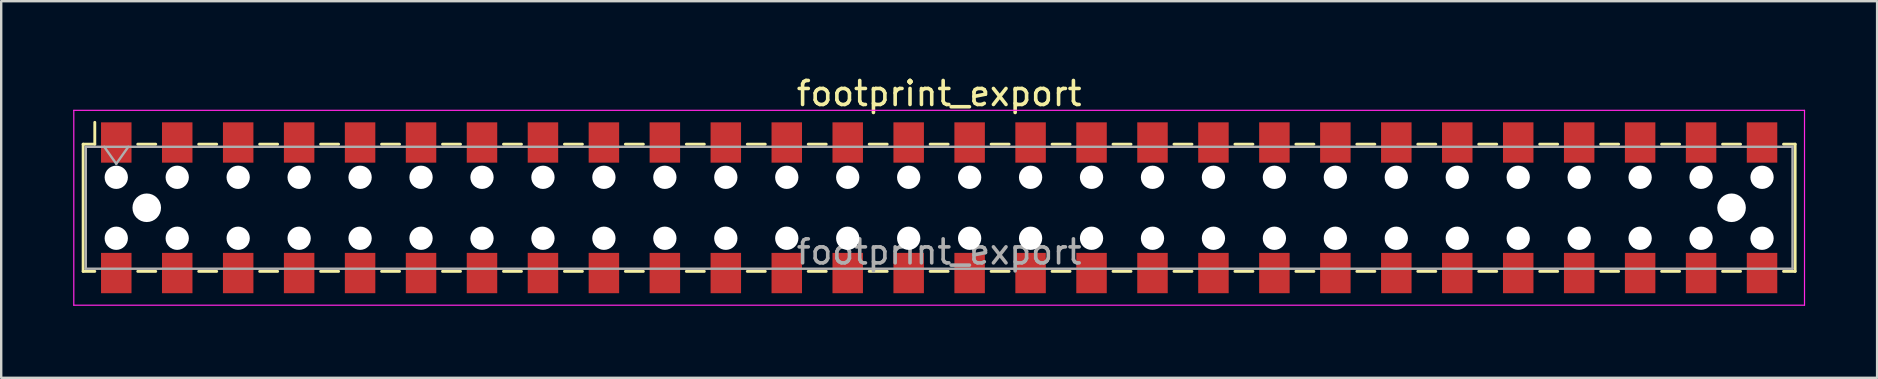
<source format=kicad_pcb>
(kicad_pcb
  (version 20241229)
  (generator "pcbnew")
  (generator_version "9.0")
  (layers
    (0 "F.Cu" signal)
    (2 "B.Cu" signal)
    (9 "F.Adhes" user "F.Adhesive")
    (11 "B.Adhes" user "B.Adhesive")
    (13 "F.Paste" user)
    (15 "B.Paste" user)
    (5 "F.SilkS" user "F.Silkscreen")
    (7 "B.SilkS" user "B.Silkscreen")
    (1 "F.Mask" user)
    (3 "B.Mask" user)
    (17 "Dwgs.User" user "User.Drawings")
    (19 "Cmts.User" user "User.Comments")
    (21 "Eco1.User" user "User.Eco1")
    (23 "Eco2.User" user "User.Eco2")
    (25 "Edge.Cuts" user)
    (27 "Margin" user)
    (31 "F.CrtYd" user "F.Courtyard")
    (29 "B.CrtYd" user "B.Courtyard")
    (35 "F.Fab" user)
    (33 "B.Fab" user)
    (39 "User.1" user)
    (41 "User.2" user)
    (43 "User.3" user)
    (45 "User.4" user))
  (footprint "footprint_export"
    (layer "F.Cu")
    (at 36.085 5.608)
    (property "Reference" "footprint_export" (at 0 -4.76 0) (layer "F.SilkS") (effects (font (size 1 1) (thickness 0.15))))
    (attr smd)
    (fp_line (start -35.67 -2.65) (end -35.67 2.65) (stroke (width 0.12) (type solid)) (layer "F.SilkS"))
    (fp_line (start -35.67 2.65) (end -35.185 2.65) (stroke (width 0.12) (type solid)) (layer "F.SilkS"))
    (fp_line (start -35.185 -3.56) (end -35.185 -2.65) (stroke (width 0.12) (type solid)) (layer "F.SilkS"))
    (fp_line (start -35.185 -2.65) (end -35.67 -2.65) (stroke (width 0.12) (type solid)) (layer "F.SilkS"))
    (fp_line (start -33.395 -2.65) (end -32.645 -2.65) (stroke (width 0.12) (type solid)) (layer "F.SilkS"))
    (fp_line (start -33.395 2.65) (end -32.645 2.65) (stroke (width 0.12) (type solid)) (layer "F.SilkS"))
    (fp_line (start -30.855 -2.65) (end -30.105 -2.65) (stroke (width 0.12) (type solid)) (layer "F.SilkS"))
    (fp_line (start -30.855 2.65) (end -30.105 2.65) (stroke (width 0.12) (type solid)) (layer "F.SilkS"))
    (fp_line (start -28.315 -2.65) (end -27.565 -2.65) (stroke (width 0.12) (type solid)) (layer "F.SilkS"))
    (fp_line (start -28.315 2.65) (end -27.565 2.65) (stroke (width 0.12) (type solid)) (layer "F.SilkS"))
    (fp_line (start -25.775 -2.65) (end -25.025 -2.65) (stroke (width 0.12) (type solid)) (layer "F.SilkS"))
    (fp_line (start -25.775 2.65) (end -25.025 2.65) (stroke (width 0.12) (type solid)) (layer "F.SilkS"))
    (fp_line (start -23.235 -2.65) (end -22.485 -2.65) (stroke (width 0.12) (type solid)) (layer "F.SilkS"))
    (fp_line (start -23.235 2.65) (end -22.485 2.65) (stroke (width 0.12) (type solid)) (layer "F.SilkS"))
    (fp_line (start -20.695 -2.65) (end -19.945 -2.65) (stroke (width 0.12) (type solid)) (layer "F.SilkS"))
    (fp_line (start -20.695 2.65) (end -19.945 2.65) (stroke (width 0.12) (type solid)) (layer "F.SilkS"))
    (fp_line (start -18.155 -2.65) (end -17.405 -2.65) (stroke (width 0.12) (type solid)) (layer "F.SilkS"))
    (fp_line (start -18.155 2.65) (end -17.405 2.65) (stroke (width 0.12) (type solid)) (layer "F.SilkS"))
    (fp_line (start -15.615 -2.65) (end -14.865 -2.65) (stroke (width 0.12) (type solid)) (layer "F.SilkS"))
    (fp_line (start -15.615 2.65) (end -14.865 2.65) (stroke (width 0.12) (type solid)) (layer "F.SilkS"))
    (fp_line (start -13.075 -2.65) (end -12.325 -2.65) (stroke (width 0.12) (type solid)) (layer "F.SilkS"))
    (fp_line (start -13.075 2.65) (end -12.325 2.65) (stroke (width 0.12) (type solid)) (layer "F.SilkS"))
    (fp_line (start -10.535 -2.65) (end -9.785 -2.65) (stroke (width 0.12) (type solid)) (layer "F.SilkS"))
    (fp_line (start -10.535 2.65) (end -9.785 2.65) (stroke (width 0.12) (type solid)) (layer "F.SilkS"))
    (fp_line (start -7.995 -2.65) (end -7.245 -2.65) (stroke (width 0.12) (type solid)) (layer "F.SilkS"))
    (fp_line (start -7.995 2.65) (end -7.245 2.65) (stroke (width 0.12) (type solid)) (layer "F.SilkS"))
    (fp_line (start -5.455 -2.65) (end -4.705 -2.65) (stroke (width 0.12) (type solid)) (layer "F.SilkS"))
    (fp_line (start -5.455 2.65) (end -4.705 2.65) (stroke (width 0.12) (type solid)) (layer "F.SilkS"))
    (fp_line (start -2.915 -2.65) (end -2.165 -2.65) (stroke (width 0.12) (type solid)) (layer "F.SilkS"))
    (fp_line (start -2.915 2.65) (end -2.165 2.65) (stroke (width 0.12) (type solid)) (layer "F.SilkS"))
    (fp_line (start -0.375 -2.65) (end 0.375 -2.65) (stroke (width 0.12) (type solid)) (layer "F.SilkS"))
    (fp_line (start -0.375 2.65) (end 0.375 2.65) (stroke (width 0.12) (type solid)) (layer "F.SilkS"))
    (fp_line (start 2.165 -2.65) (end 2.915 -2.65) (stroke (width 0.12) (type solid)) (layer "F.SilkS"))
    (fp_line (start 2.165 2.65) (end 2.915 2.65) (stroke (width 0.12) (type solid)) (layer "F.SilkS"))
    (fp_line (start 4.705 -2.65) (end 5.455 -2.65) (stroke (width 0.12) (type solid)) (layer "F.SilkS"))
    (fp_line (start 4.705 2.65) (end 5.455 2.65) (stroke (width 0.12) (type solid)) (layer "F.SilkS"))
    (fp_line (start 7.245 -2.65) (end 7.995 -2.65) (stroke (width 0.12) (type solid)) (layer "F.SilkS"))
    (fp_line (start 7.245 2.65) (end 7.995 2.65) (stroke (width 0.12) (type solid)) (layer "F.SilkS"))
    (fp_line (start 9.785 -2.65) (end 10.535 -2.65) (stroke (width 0.12) (type solid)) (layer "F.SilkS"))
    (fp_line (start 9.785 2.65) (end 10.535 2.65) (stroke (width 0.12) (type solid)) (layer "F.SilkS"))
    (fp_line (start 12.325 -2.65) (end 13.075 -2.65) (stroke (width 0.12) (type solid)) (layer "F.SilkS"))
    (fp_line (start 12.325 2.65) (end 13.075 2.65) (stroke (width 0.12) (type solid)) (layer "F.SilkS"))
    (fp_line (start 14.865 -2.65) (end 15.615 -2.65) (stroke (width 0.12) (type solid)) (layer "F.SilkS"))
    (fp_line (start 14.865 2.65) (end 15.615 2.65) (stroke (width 0.12) (type solid)) (layer "F.SilkS"))
    (fp_line (start 17.405 -2.65) (end 18.155 -2.65) (stroke (width 0.12) (type solid)) (layer "F.SilkS"))
    (fp_line (start 17.405 2.65) (end 18.155 2.65) (stroke (width 0.12) (type solid)) (layer "F.SilkS"))
    (fp_line (start 19.945 -2.65) (end 20.695 -2.65) (stroke (width 0.12) (type solid)) (layer "F.SilkS"))
    (fp_line (start 19.945 2.65) (end 20.695 2.65) (stroke (width 0.12) (type solid)) (layer "F.SilkS"))
    (fp_line (start 22.485 -2.65) (end 23.235 -2.65) (stroke (width 0.12) (type solid)) (layer "F.SilkS"))
    (fp_line (start 22.485 2.65) (end 23.235 2.65) (stroke (width 0.12) (type solid)) (layer "F.SilkS"))
    (fp_line (start 25.025 -2.65) (end 25.775 -2.65) (stroke (width 0.12) (type solid)) (layer "F.SilkS"))
    (fp_line (start 25.025 2.65) (end 25.775 2.65) (stroke (width 0.12) (type solid)) (layer "F.SilkS"))
    (fp_line (start 27.565 -2.65) (end 28.315 -2.65) (stroke (width 0.12) (type solid)) (layer "F.SilkS"))
    (fp_line (start 27.565 2.65) (end 28.315 2.65) (stroke (width 0.12) (type solid)) (layer "F.SilkS"))
    (fp_line (start 30.105 -2.65) (end 30.855 -2.65) (stroke (width 0.12) (type solid)) (layer "F.SilkS"))
    (fp_line (start 30.105 2.65) (end 30.855 2.65) (stroke (width 0.12) (type solid)) (layer "F.SilkS"))
    (fp_line (start 32.645 -2.65) (end 33.395 -2.65) (stroke (width 0.12) (type solid)) (layer "F.SilkS"))
    (fp_line (start 32.645 2.65) (end 33.395 2.65) (stroke (width 0.12) (type solid)) (layer "F.SilkS"))
    (fp_line (start 35.185 -2.65) (end 35.67 -2.65) (stroke (width 0.12) (type solid)) (layer "F.SilkS"))
    (fp_line (start 35.67 -2.65) (end 35.67 2.65) (stroke (width 0.12) (type solid)) (layer "F.SilkS"))
    (fp_line (start 35.67 2.65) (end 35.185 2.65) (stroke (width 0.12) (type solid)) (layer "F.SilkS"))
    (fp_line (start -36.06 -4.06) (end 36.06 -4.06) (stroke (width 0.05) (type solid)) (layer "F.CrtYd"))
    (fp_line (start -36.06 4.06) (end -36.06 -4.06) (stroke (width 0.05) (type solid)) (layer "F.CrtYd"))
    (fp_line (start 36.06 -4.06) (end 36.06 4.06) (stroke (width 0.05) (type solid)) (layer "F.CrtYd"))
    (fp_line (start 36.06 4.06) (end -36.06 4.06) (stroke (width 0.05) (type solid)) (layer "F.CrtYd"))
    (fp_line (start -35.56 -2.54) (end 35.56 -2.54) (stroke (width 0.1) (type solid)) (layer "F.Fab"))
    (fp_line (start -35.56 2.54) (end -35.56 -2.54) (stroke (width 0.1) (type solid)) (layer "F.Fab"))
    (fp_line (start -34.79 -2.54) (end -34.29 -1.833) (stroke (width 0.1) (type solid)) (layer "F.Fab"))
    (fp_line (start -34.29 -1.833) (end -33.79 -2.54) (stroke (width 0.1) (type solid)) (layer "F.Fab"))
    (fp_line (start 35.56 -2.54) (end 35.56 2.54) (stroke (width 0.1) (type solid)) (layer "F.Fab"))
    (fp_line (start 35.56 2.54) (end -35.56 2.54) (stroke (width 0.1) (type solid)) (layer "F.Fab"))
    (fp_text user "${REFERENCE}" (at 0 1.84 0) (layer "F.Fab") (effects (font (size 1 1) (thickness 0.15))))
    (pad "" np_thru_hole circle (at -34.29 -1.27) (size 0.97 0.97) (drill 0.97) (layers "*.Cu" "*.Mask"))
    (pad "" np_thru_hole circle (at -34.29 1.27) (size 0.97 0.97) (drill 0.97) (layers "*.Cu" "*.Mask"))
    (pad "" np_thru_hole circle (at -33.02 0) (size 1.19 1.19) (drill 1.19) (layers "*.Cu" "*.Mask"))
    (pad "" np_thru_hole circle (at -31.75 -1.27) (size 0.97 0.97) (drill 0.97) (layers "*.Cu" "*.Mask"))
    (pad "" np_thru_hole circle (at -31.75 1.27) (size 0.97 0.97) (drill 0.97) (layers "*.Cu" "*.Mask"))
    (pad "" np_thru_hole circle (at -29.21 -1.27) (size 0.97 0.97) (drill 0.97) (layers "*.Cu" "*.Mask"))
    (pad "" np_thru_hole circle (at -29.21 1.27) (size 0.97 0.97) (drill 0.97) (layers "*.Cu" "*.Mask"))
    (pad "" np_thru_hole circle (at -26.67 -1.27) (size 0.97 0.97) (drill 0.97) (layers "*.Cu" "*.Mask"))
    (pad "" np_thru_hole circle (at -26.67 1.27) (size 0.97 0.97) (drill 0.97) (layers "*.Cu" "*.Mask"))
    (pad "" np_thru_hole circle (at -24.13 -1.27) (size 0.97 0.97) (drill 0.97) (layers "*.Cu" "*.Mask"))
    (pad "" np_thru_hole circle (at -24.13 1.27) (size 0.97 0.97) (drill 0.97) (layers "*.Cu" "*.Mask"))
    (pad "" np_thru_hole circle (at -21.59 -1.27) (size 0.97 0.97) (drill 0.97) (layers "*.Cu" "*.Mask"))
    (pad "" np_thru_hole circle (at -21.59 1.27) (size 0.97 0.97) (drill 0.97) (layers "*.Cu" "*.Mask"))
    (pad "" np_thru_hole circle (at -19.05 -1.27) (size 0.97 0.97) (drill 0.97) (layers "*.Cu" "*.Mask"))
    (pad "" np_thru_hole circle (at -19.05 1.27) (size 0.97 0.97) (drill 0.97) (layers "*.Cu" "*.Mask"))
    (pad "" np_thru_hole circle (at -16.51 -1.27) (size 0.97 0.97) (drill 0.97) (layers "*.Cu" "*.Mask"))
    (pad "" np_thru_hole circle (at -16.51 1.27) (size 0.97 0.97) (drill 0.97) (layers "*.Cu" "*.Mask"))
    (pad "" np_thru_hole circle (at -13.97 -1.27) (size 0.97 0.97) (drill 0.97) (layers "*.Cu" "*.Mask"))
    (pad "" np_thru_hole circle (at -13.97 1.27) (size 0.97 0.97) (drill 0.97) (layers "*.Cu" "*.Mask"))
    (pad "" np_thru_hole circle (at -11.43 -1.27) (size 0.97 0.97) (drill 0.97) (layers "*.Cu" "*.Mask"))
    (pad "" np_thru_hole circle (at -11.43 1.27) (size 0.97 0.97) (drill 0.97) (layers "*.Cu" "*.Mask"))
    (pad "" np_thru_hole circle (at -8.89 -1.27) (size 0.97 0.97) (drill 0.97) (layers "*.Cu" "*.Mask"))
    (pad "" np_thru_hole circle (at -8.89 1.27) (size 0.97 0.97) (drill 0.97) (layers "*.Cu" "*.Mask"))
    (pad "" np_thru_hole circle (at -6.35 -1.27) (size 0.97 0.97) (drill 0.97) (layers "*.Cu" "*.Mask"))
    (pad "" np_thru_hole circle (at -6.35 1.27) (size 0.97 0.97) (drill 0.97) (layers "*.Cu" "*.Mask"))
    (pad "" np_thru_hole circle (at -3.81 -1.27) (size 0.97 0.97) (drill 0.97) (layers "*.Cu" "*.Mask"))
    (pad "" np_thru_hole circle (at -3.81 1.27) (size 0.97 0.97) (drill 0.97) (layers "*.Cu" "*.Mask"))
    (pad "" np_thru_hole circle (at -1.27 -1.27) (size 0.97 0.97) (drill 0.97) (layers "*.Cu" "*.Mask"))
    (pad "" np_thru_hole circle (at -1.27 1.27) (size 0.97 0.97) (drill 0.97) (layers "*.Cu" "*.Mask"))
    (pad "" np_thru_hole circle (at 1.27 -1.27) (size 0.97 0.97) (drill 0.97) (layers "*.Cu" "*.Mask"))
    (pad "" np_thru_hole circle (at 1.27 1.27) (size 0.97 0.97) (drill 0.97) (layers "*.Cu" "*.Mask"))
    (pad "" np_thru_hole circle (at 3.81 -1.27) (size 0.97 0.97) (drill 0.97) (layers "*.Cu" "*.Mask"))
    (pad "" np_thru_hole circle (at 3.81 1.27) (size 0.97 0.97) (drill 0.97) (layers "*.Cu" "*.Mask"))
    (pad "" np_thru_hole circle (at 6.35 -1.27) (size 0.97 0.97) (drill 0.97) (layers "*.Cu" "*.Mask"))
    (pad "" np_thru_hole circle (at 6.35 1.27) (size 0.97 0.97) (drill 0.97) (layers "*.Cu" "*.Mask"))
    (pad "" np_thru_hole circle (at 8.89 -1.27) (size 0.97 0.97) (drill 0.97) (layers "*.Cu" "*.Mask"))
    (pad "" np_thru_hole circle (at 8.89 1.27) (size 0.97 0.97) (drill 0.97) (layers "*.Cu" "*.Mask"))
    (pad "" np_thru_hole circle (at 11.43 -1.27) (size 0.97 0.97) (drill 0.97) (layers "*.Cu" "*.Mask"))
    (pad "" np_thru_hole circle (at 11.43 1.27) (size 0.97 0.97) (drill 0.97) (layers "*.Cu" "*.Mask"))
    (pad "" np_thru_hole circle (at 13.97 -1.27) (size 0.97 0.97) (drill 0.97) (layers "*.Cu" "*.Mask"))
    (pad "" np_thru_hole circle (at 13.97 1.27) (size 0.97 0.97) (drill 0.97) (layers "*.Cu" "*.Mask"))
    (pad "" np_thru_hole circle (at 16.51 -1.27) (size 0.97 0.97) (drill 0.97) (layers "*.Cu" "*.Mask"))
    (pad "" np_thru_hole circle (at 16.51 1.27) (size 0.97 0.97) (drill 0.97) (layers "*.Cu" "*.Mask"))
    (pad "" np_thru_hole circle (at 19.05 -1.27) (size 0.97 0.97) (drill 0.97) (layers "*.Cu" "*.Mask"))
    (pad "" np_thru_hole circle (at 19.05 1.27) (size 0.97 0.97) (drill 0.97) (layers "*.Cu" "*.Mask"))
    (pad "" np_thru_hole circle (at 21.59 -1.27) (size 0.97 0.97) (drill 0.97) (layers "*.Cu" "*.Mask"))
    (pad "" np_thru_hole circle (at 21.59 1.27) (size 0.97 0.97) (drill 0.97) (layers "*.Cu" "*.Mask"))
    (pad "" np_thru_hole circle (at 24.13 -1.27) (size 0.97 0.97) (drill 0.97) (layers "*.Cu" "*.Mask"))
    (pad "" np_thru_hole circle (at 24.13 1.27) (size 0.97 0.97) (drill 0.97) (layers "*.Cu" "*.Mask"))
    (pad "" np_thru_hole circle (at 26.67 -1.27) (size 0.97 0.97) (drill 0.97) (layers "*.Cu" "*.Mask"))
    (pad "" np_thru_hole circle (at 26.67 1.27) (size 0.97 0.97) (drill 0.97) (layers "*.Cu" "*.Mask"))
    (pad "" np_thru_hole circle (at 29.21 -1.27) (size 0.97 0.97) (drill 0.97) (layers "*.Cu" "*.Mask"))
    (pad "" np_thru_hole circle (at 29.21 1.27) (size 0.97 0.97) (drill 0.97) (layers "*.Cu" "*.Mask"))
    (pad "" np_thru_hole circle (at 31.75 -1.27) (size 0.97 0.97) (drill 0.97) (layers "*.Cu" "*.Mask"))
    (pad "" np_thru_hole circle (at 31.75 1.27) (size 0.97 0.97) (drill 0.97) (layers "*.Cu" "*.Mask"))
    (pad "" np_thru_hole circle (at 33.02 0) (size 1.19 1.19) (drill 1.19) (layers "*.Cu" "*.Mask"))
    (pad "" np_thru_hole circle (at 34.29 -1.27) (size 0.97 0.97) (drill 0.97) (layers "*.Cu" "*.Mask"))
    (pad "" np_thru_hole circle (at 34.29 1.27) (size 0.97 0.97) (drill 0.97) (layers "*.Cu" "*.Mask"))
    (pad "1" smd rect (at -34.29 -2.72) (size 1.27 1.68) (layers "F.Cu" "F.Mask" "F.Paste"))
    (pad "2" smd rect (at -34.29 2.72) (size 1.27 1.68) (layers "F.Cu" "F.Mask" "F.Paste"))
    (pad "3" smd rect (at -31.75 -2.72) (size 1.27 1.68) (layers "F.Cu" "F.Mask" "F.Paste"))
    (pad "4" smd rect (at -31.75 2.72) (size 1.27 1.68) (layers "F.Cu" "F.Mask" "F.Paste"))
    (pad "5" smd rect (at -29.21 -2.72) (size 1.27 1.68) (layers "F.Cu" "F.Mask" "F.Paste"))
    (pad "6" smd rect (at -29.21 2.72) (size 1.27 1.68) (layers "F.Cu" "F.Mask" "F.Paste"))
    (pad "7" smd rect (at -26.67 -2.72) (size 1.27 1.68) (layers "F.Cu" "F.Mask" "F.Paste"))
    (pad "8" smd rect (at -26.67 2.72) (size 1.27 1.68) (layers "F.Cu" "F.Mask" "F.Paste"))
    (pad "9" smd rect (at -24.13 -2.72) (size 1.27 1.68) (layers "F.Cu" "F.Mask" "F.Paste"))
    (pad "10" smd rect (at -24.13 2.72) (size 1.27 1.68) (layers "F.Cu" "F.Mask" "F.Paste"))
    (pad "11" smd rect (at -21.59 -2.72) (size 1.27 1.68) (layers "F.Cu" "F.Mask" "F.Paste"))
    (pad "12" smd rect (at -21.59 2.72) (size 1.27 1.68) (layers "F.Cu" "F.Mask" "F.Paste"))
    (pad "13" smd rect (at -19.05 -2.72) (size 1.27 1.68) (layers "F.Cu" "F.Mask" "F.Paste"))
    (pad "14" smd rect (at -19.05 2.72) (size 1.27 1.68) (layers "F.Cu" "F.Mask" "F.Paste"))
    (pad "15" smd rect (at -16.51 -2.72) (size 1.27 1.68) (layers "F.Cu" "F.Mask" "F.Paste"))
    (pad "16" smd rect (at -16.51 2.72) (size 1.27 1.68) (layers "F.Cu" "F.Mask" "F.Paste"))
    (pad "17" smd rect (at -13.97 -2.72) (size 1.27 1.68) (layers "F.Cu" "F.Mask" "F.Paste"))
    (pad "18" smd rect (at -13.97 2.72) (size 1.27 1.68) (layers "F.Cu" "F.Mask" "F.Paste"))
    (pad "19" smd rect (at -11.43 -2.72) (size 1.27 1.68) (layers "F.Cu" "F.Mask" "F.Paste"))
    (pad "20" smd rect (at -11.43 2.72) (size 1.27 1.68) (layers "F.Cu" "F.Mask" "F.Paste"))
    (pad "21" smd rect (at -8.89 -2.72) (size 1.27 1.68) (layers "F.Cu" "F.Mask" "F.Paste"))
    (pad "22" smd rect (at -8.89 2.72) (size 1.27 1.68) (layers "F.Cu" "F.Mask" "F.Paste"))
    (pad "23" smd rect (at -6.35 -2.72) (size 1.27 1.68) (layers "F.Cu" "F.Mask" "F.Paste"))
    (pad "24" smd rect (at -6.35 2.72) (size 1.27 1.68) (layers "F.Cu" "F.Mask" "F.Paste"))
    (pad "25" smd rect (at -3.81 -2.72) (size 1.27 1.68) (layers "F.Cu" "F.Mask" "F.Paste"))
    (pad "26" smd rect (at -3.81 2.72) (size 1.27 1.68) (layers "F.Cu" "F.Mask" "F.Paste"))
    (pad "27" smd rect (at -1.27 -2.72) (size 1.27 1.68) (layers "F.Cu" "F.Mask" "F.Paste"))
    (pad "28" smd rect (at -1.27 2.72) (size 1.27 1.68) (layers "F.Cu" "F.Mask" "F.Paste"))
    (pad "29" smd rect (at 1.27 -2.72) (size 1.27 1.68) (layers "F.Cu" "F.Mask" "F.Paste"))
    (pad "30" smd rect (at 1.27 2.72) (size 1.27 1.68) (layers "F.Cu" "F.Mask" "F.Paste"))
    (pad "31" smd rect (at 3.81 -2.72) (size 1.27 1.68) (layers "F.Cu" "F.Mask" "F.Paste"))
    (pad "32" smd rect (at 3.81 2.72) (size 1.27 1.68) (layers "F.Cu" "F.Mask" "F.Paste"))
    (pad "33" smd rect (at 6.35 -2.72) (size 1.27 1.68) (layers "F.Cu" "F.Mask" "F.Paste"))
    (pad "34" smd rect (at 6.35 2.72) (size 1.27 1.68) (layers "F.Cu" "F.Mask" "F.Paste"))
    (pad "35" smd rect (at 8.89 -2.72) (size 1.27 1.68) (layers "F.Cu" "F.Mask" "F.Paste"))
    (pad "36" smd rect (at 8.89 2.72) (size 1.27 1.68) (layers "F.Cu" "F.Mask" "F.Paste"))
    (pad "37" smd rect (at 11.43 -2.72) (size 1.27 1.68) (layers "F.Cu" "F.Mask" "F.Paste"))
    (pad "38" smd rect (at 11.43 2.72) (size 1.27 1.68) (layers "F.Cu" "F.Mask" "F.Paste"))
    (pad "39" smd rect (at 13.97 -2.72) (size 1.27 1.68) (layers "F.Cu" "F.Mask" "F.Paste"))
    (pad "40" smd rect (at 13.97 2.72) (size 1.27 1.68) (layers "F.Cu" "F.Mask" "F.Paste"))
    (pad "41" smd rect (at 16.51 -2.72) (size 1.27 1.68) (layers "F.Cu" "F.Mask" "F.Paste"))
    (pad "42" smd rect (at 16.51 2.72) (size 1.27 1.68) (layers "F.Cu" "F.Mask" "F.Paste"))
    (pad "43" smd rect (at 19.05 -2.72) (size 1.27 1.68) (layers "F.Cu" "F.Mask" "F.Paste"))
    (pad "44" smd rect (at 19.05 2.72) (size 1.27 1.68) (layers "F.Cu" "F.Mask" "F.Paste"))
    (pad "45" smd rect (at 21.59 -2.72) (size 1.27 1.68) (layers "F.Cu" "F.Mask" "F.Paste"))
    (pad "46" smd rect (at 21.59 2.72) (size 1.27 1.68) (layers "F.Cu" "F.Mask" "F.Paste"))
    (pad "47" smd rect (at 24.13 -2.72) (size 1.27 1.68) (layers "F.Cu" "F.Mask" "F.Paste"))
    (pad "48" smd rect (at 24.13 2.72) (size 1.27 1.68) (layers "F.Cu" "F.Mask" "F.Paste"))
    (pad "49" smd rect (at 26.67 -2.72) (size 1.27 1.68) (layers "F.Cu" "F.Mask" "F.Paste"))
    (pad "50" smd rect (at 26.67 2.72) (size 1.27 1.68) (layers "F.Cu" "F.Mask" "F.Paste"))
    (pad "51" smd rect (at 29.21 -2.72) (size 1.27 1.68) (layers "F.Cu" "F.Mask" "F.Paste"))
    (pad "52" smd rect (at 29.21 2.72) (size 1.27 1.68) (layers "F.Cu" "F.Mask" "F.Paste"))
    (pad "53" smd rect (at 31.75 -2.72) (size 1.27 1.68) (layers "F.Cu" "F.Mask" "F.Paste"))
    (pad "54" smd rect (at 31.75 2.72) (size 1.27 1.68) (layers "F.Cu" "F.Mask" "F.Paste"))
    (pad "55" smd rect (at 34.29 -2.72) (size 1.27 1.68) (layers "F.Cu" "F.Mask" "F.Paste"))
    (pad "56" smd rect (at 34.29 2.72) (size 1.27 1.68) (layers "F.Cu" "F.Mask" "F.Paste")))
  (gr_rect
    (start -3 -3)
    (end 75.17 12.693)
    (stroke (width 0.1) (type default))
    (fill no)
    (layer "Edge.Cuts")))
</source>
